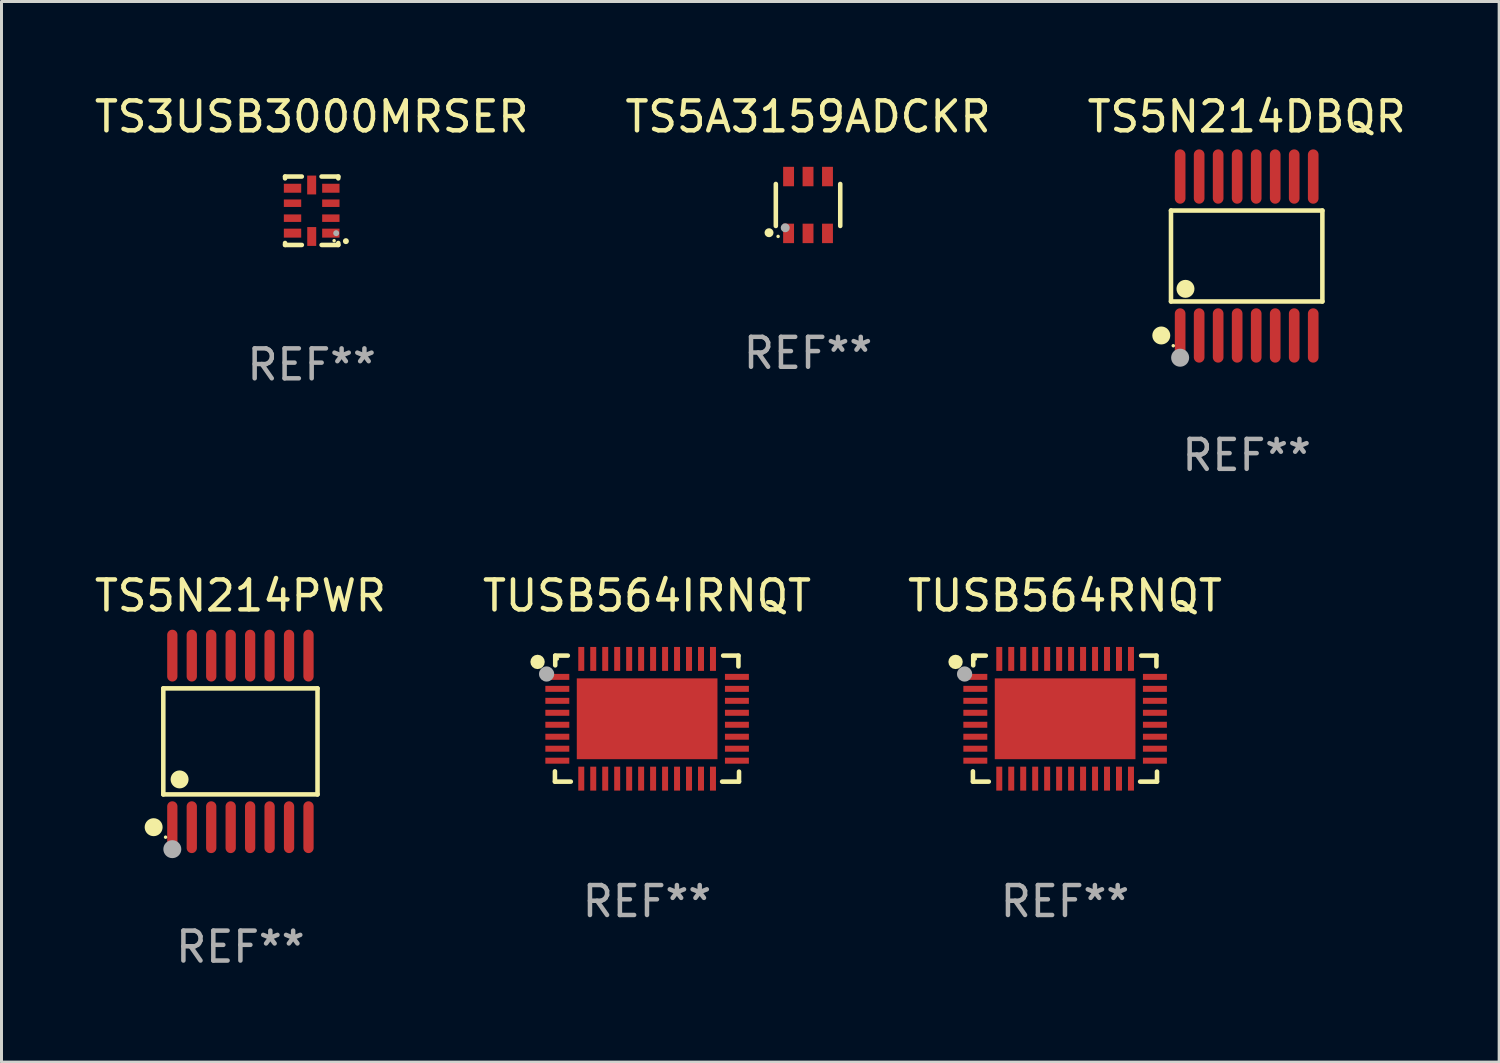
<source format=kicad_pcb>
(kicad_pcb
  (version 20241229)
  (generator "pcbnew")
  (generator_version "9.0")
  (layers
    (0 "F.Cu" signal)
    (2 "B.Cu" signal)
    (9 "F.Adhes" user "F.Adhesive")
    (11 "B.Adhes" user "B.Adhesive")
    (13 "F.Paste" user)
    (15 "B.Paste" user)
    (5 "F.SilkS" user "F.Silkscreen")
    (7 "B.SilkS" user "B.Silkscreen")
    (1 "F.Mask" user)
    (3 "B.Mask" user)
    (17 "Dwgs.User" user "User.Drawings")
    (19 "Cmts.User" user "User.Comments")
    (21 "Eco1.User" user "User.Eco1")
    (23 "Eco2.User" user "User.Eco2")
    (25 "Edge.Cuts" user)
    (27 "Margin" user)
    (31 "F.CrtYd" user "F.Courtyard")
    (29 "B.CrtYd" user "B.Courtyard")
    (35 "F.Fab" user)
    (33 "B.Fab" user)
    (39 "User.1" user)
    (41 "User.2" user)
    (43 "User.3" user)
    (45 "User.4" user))
  (footprint "TS3USB3000MRSER"
    (layer "F.Cu")
    (at 7.363 3.991)
    (property "Reference" "TS3USB3000MRSER" (at 0 -3.143 0) (layer "F.SilkS") (effects (font (size 1 1) (thickness 0.15))))
    (attr through_hole)
    (fp_line (start -0.889 -1.143) (end -0.33 -1.143) (stroke (width 0.152) (type solid)) (layer "F.SilkS"))
    (fp_line (start -0.889 -1.082) (end -0.889 -1.143) (stroke (width 0.152) (type solid)) (layer "F.SilkS"))
    (fp_line (start -0.889 1.143) (end -0.889 1.078) (stroke (width 0.152) (type solid)) (layer "F.SilkS"))
    (fp_line (start -0.329 1.143) (end -0.889 1.143) (stroke (width 0.152) (type solid)) (layer "F.SilkS"))
    (fp_line (start 0.889 -1.143) (end 0.33 -1.143) (stroke (width 0.152) (type solid)) (layer "F.SilkS"))
    (fp_line (start 0.889 -1.143) (end 0.889 -1.082) (stroke (width 0.152) (type solid)) (layer "F.SilkS"))
    (fp_line (start 0.889 1.078) (end 0.889 1.143) (stroke (width 0.152) (type solid)) (layer "F.SilkS"))
    (fp_line (start 0.889 1.143) (end 0.332 1.143) (stroke (width 0.152) (type solid)) (layer "F.SilkS"))
    (fp_circle (center 0.75 1) (end 0.78 1) (stroke (width 0.06) (type solid)) (fill no) (layer "F.SilkS"))
    (fp_circle (center 1.143 1.016) (end 1.193 1.016) (stroke (width 0.1) (type solid)) (fill no) (layer "F.SilkS"))
    (fp_circle (center 0.819 0.749) (end 0.869 0.749) (stroke (width 0.1) (type solid)) (fill no) (layer "F.Fab"))
    (fp_text user "REF**" (at 0 5.143 0) (layer "F.Fab") (effects (font (size 1 1) (thickness 0.15))))
    (pad "1" smd rect (at 0.64 0.748 90) (size 0.3 0.58) (layers "F.Cu" "F.Mask" "F.Paste"))
    (pad "2" smd rect (at 0.64 0.248 90) (size 0.25 0.58) (layers "F.Cu" "F.Mask" "F.Paste"))
    (pad "3" smd rect (at 0.64 -0.252 90) (size 0.25 0.58) (layers "F.Cu" "F.Mask" "F.Paste"))
    (pad "4" smd rect (at 0.64 -0.752 90) (size 0.3 0.58) (layers "F.Cu" "F.Mask" "F.Paste"))
    (pad "5" smd rect (at 0 -0.86 180) (size 0.3 0.63) (layers "F.Cu" "F.Mask" "F.Paste"))
    (pad "6" smd rect (at -0.64 -0.752 270) (size 0.3 0.58) (layers "F.Cu" "F.Mask" "F.Paste"))
    (pad "7" smd rect (at -0.64 -0.252 270) (size 0.25 0.58) (layers "F.Cu" "F.Mask" "F.Paste"))
    (pad "8" smd rect (at -0.64 0.248 270) (size 0.25 0.58) (layers "F.Cu" "F.Mask" "F.Paste"))
    (pad "9" smd rect (at -0.64 0.748 270) (size 0.3 0.58) (layers "F.Cu" "F.Mask" "F.Paste"))
    (pad "10" smd rect (at 0.002 0.86) (size 0.3 0.63) (layers "F.Cu" "F.Mask" "F.Paste")))
  (footprint "TUSB564RNQT"
    (layer "F.Cu")
    (at 32.53 20.959)
    (property "Reference" "TUSB564RNQT" (at 0 -4.105 0) (layer "F.SilkS") (effects (font (size 1 1) (thickness 0.15))))
    (attr through_hole)
    (fp_line (start -3.075 2.105) (end -3.075 1.761) (stroke (width 0.152) (type solid)) (layer "F.SilkS"))
    (fp_line (start -3.065 -2.105) (end -2.645 -2.105) (stroke (width 0.152) (type solid)) (layer "F.SilkS"))
    (fp_line (start -3.065 -1.781) (end -3.065 -2.105) (stroke (width 0.152) (type solid)) (layer "F.SilkS"))
    (fp_line (start -2.545 2.105) (end -3.075 2.105) (stroke (width 0.152) (type solid)) (layer "F.SilkS"))
    (fp_line (start 2.545 -2.105) (end 3.055 -2.105) (stroke (width 0.152) (type solid)) (layer "F.SilkS"))
    (fp_line (start 3.055 -2.105) (end 3.055 -1.745) (stroke (width 0.152) (type solid)) (layer "F.SilkS"))
    (fp_line (start 3.075 1.771) (end 3.075 2.105) (stroke (width 0.152) (type solid)) (layer "F.SilkS"))
    (fp_line (start 3.075 2.105) (end 2.511 2.105) (stroke (width 0.152) (type solid)) (layer "F.SilkS"))
    (fp_circle (center -3.655 -1.895) (end -3.535 -1.895) (stroke (width 0.24) (type solid)) (fill no) (layer "F.SilkS"))
    (fp_circle (center -2.995 -1.995) (end -2.965 -1.995) (stroke (width 0.06) (type solid)) (fill no) (layer "F.SilkS"))
    (fp_circle (center -3.354 -1.491) (end -3.227 -1.491) (stroke (width 0.254) (type solid)) (fill no) (layer "F.Fab"))
    (fp_text user "REF**" (at 0 6.105 0) (layer "F.Fab") (effects (font (size 1 1) (thickness 0.15))))
    (pad "1" smd rect (at -2.995 -1.395) (size 0.8 0.2) (layers "F.Cu" "F.Mask" "F.Paste"))
    (pad "2" smd rect (at -2.995 -0.995) (size 0.8 0.2) (layers "F.Cu" "F.Mask" "F.Paste"))
    (pad "3" smd rect (at -2.995 -0.595) (size 0.8 0.2) (layers "F.Cu" "F.Mask" "F.Paste"))
    (pad "4" smd rect (at -2.995 -0.195) (size 0.8 0.2) (layers "F.Cu" "F.Mask" "F.Paste"))
    (pad "5" smd rect (at -2.995 0.205) (size 0.8 0.2) (layers "F.Cu" "F.Mask" "F.Paste"))
    (pad "6" smd rect (at -2.995 0.605) (size 0.8 0.2) (layers "F.Cu" "F.Mask" "F.Paste"))
    (pad "7" smd rect (at -2.995 1.005) (size 0.8 0.2) (layers "F.Cu" "F.Mask" "F.Paste"))
    (pad "8" smd rect (at -2.995 1.405) (size 0.8 0.2) (layers "F.Cu" "F.Mask" "F.Paste"))
    (pad "9" smd rect (at -2.195 2.005) (size 0.2 0.8) (layers "F.Cu" "F.Mask" "F.Paste"))
    (pad "10" smd rect (at -1.795 2.005) (size 0.2 0.8) (layers "F.Cu" "F.Mask" "F.Paste"))
    (pad "11" smd rect (at -1.395 2.005) (size 0.2 0.8) (layers "F.Cu" "F.Mask" "F.Paste"))
    (pad "12" smd rect (at -0.995 2.005) (size 0.2 0.8) (layers "F.Cu" "F.Mask" "F.Paste"))
    (pad "13" smd rect (at -0.595 2.005) (size 0.2 0.8) (layers "F.Cu" "F.Mask" "F.Paste"))
    (pad "14" smd rect (at -0.195 2.005) (size 0.2 0.8) (layers "F.Cu" "F.Mask" "F.Paste"))
    (pad "15" smd rect (at 0.205 2.005) (size 0.2 0.8) (layers "F.Cu" "F.Mask" "F.Paste"))
    (pad "16" smd rect (at 0.605 2.005) (size 0.2 0.8) (layers "F.Cu" "F.Mask" "F.Paste"))
    (pad "17" smd rect (at 1.005 2.005) (size 0.2 0.8) (layers "F.Cu" "F.Mask" "F.Paste"))
    (pad "18" smd rect (at 1.405 2.005) (size 0.2 0.8) (layers "F.Cu" "F.Mask" "F.Paste"))
    (pad "19" smd rect (at 1.805 2.005) (size 0.2 0.8) (layers "F.Cu" "F.Mask" "F.Paste"))
    (pad "20" smd rect (at 2.205 2.005) (size 0.2 0.8) (layers "F.Cu" "F.Mask" "F.Paste"))
    (pad "21" smd rect (at 3.005 1.405) (size 0.8 0.2) (layers "F.Cu" "F.Mask" "F.Paste"))
    (pad "22" smd rect (at 3.005 1.005) (size 0.8 0.2) (layers "F.Cu" "F.Mask" "F.Paste"))
    (pad "23" smd rect (at 3.005 0.605) (size 0.8 0.2) (layers "F.Cu" "F.Mask" "F.Paste"))
    (pad "24" smd rect (at 3.005 0.205) (size 0.8 0.2) (layers "F.Cu" "F.Mask" "F.Paste"))
    (pad "25" smd rect (at 3.005 -0.195) (size 0.8 0.2) (layers "F.Cu" "F.Mask" "F.Paste"))
    (pad "26" smd rect (at 3.005 -0.595) (size 0.8 0.2) (layers "F.Cu" "F.Mask" "F.Paste"))
    (pad "27" smd rect (at 3.005 -0.995) (size 0.8 0.2) (layers "F.Cu" "F.Mask" "F.Paste"))
    (pad "28" smd rect (at 3.005 -1.395) (size 0.8 0.2) (layers "F.Cu" "F.Mask" "F.Paste"))
    (pad "29" smd rect (at 2.205 -1.995) (size 0.2 0.8) (layers "F.Cu" "F.Mask" "F.Paste"))
    (pad "30" smd rect (at 1.805 -1.995) (size 0.2 0.8) (layers "F.Cu" "F.Mask" "F.Paste"))
    (pad "31" smd rect (at 1.405 -1.995) (size 0.2 0.8) (layers "F.Cu" "F.Mask" "F.Paste"))
    (pad "32" smd rect (at 1.005 -1.995) (size 0.2 0.8) (layers "F.Cu" "F.Mask" "F.Paste"))
    (pad "33" smd rect (at 0.605 -1.995) (size 0.2 0.8) (layers "F.Cu" "F.Mask" "F.Paste"))
    (pad "34" smd rect (at 0.205 -1.995) (size 0.2 0.8) (layers "F.Cu" "F.Mask" "F.Paste"))
    (pad "35" smd rect (at -0.195 -1.995) (size 0.2 0.8) (layers "F.Cu" "F.Mask" "F.Paste"))
    (pad "36" smd rect (at -0.595 -1.995) (size 0.2 0.8) (layers "F.Cu" "F.Mask" "F.Paste"))
    (pad "37" smd rect (at -0.995 -1.995) (size 0.2 0.8) (layers "F.Cu" "F.Mask" "F.Paste"))
    (pad "38" smd rect (at -1.395 -1.995) (size 0.2 0.8) (layers "F.Cu" "F.Mask" "F.Paste"))
    (pad "39" smd rect (at -1.795 -1.995) (size 0.2 0.8) (layers "F.Cu" "F.Mask" "F.Paste"))
    (pad "40" smd rect (at -2.195 -1.995) (size 0.2 0.8) (layers "F.Cu" "F.Mask" "F.Paste"))
    (pad "41" smd rect (at 0.005 0.005) (size 4.7 2.7) (layers "F.Cu" "F.Mask" "F.Paste")))
  (footprint "TUSB564IRNQT"
    (layer "F.Cu")
    (at 18.565 20.959)
    (property "Reference" "TUSB564IRNQT" (at 0 -4.105 0) (layer "F.SilkS") (effects (font (size 1 1) (thickness 0.15))))
    (attr through_hole)
    (fp_line (start -3.075 2.105) (end -3.075 1.761) (stroke (width 0.152) (type solid)) (layer "F.SilkS"))
    (fp_line (start -3.065 -2.105) (end -2.645 -2.105) (stroke (width 0.152) (type solid)) (layer "F.SilkS"))
    (fp_line (start -3.065 -1.781) (end -3.065 -2.105) (stroke (width 0.152) (type solid)) (layer "F.SilkS"))
    (fp_line (start -2.545 2.105) (end -3.075 2.105) (stroke (width 0.152) (type solid)) (layer "F.SilkS"))
    (fp_line (start 2.545 -2.105) (end 3.055 -2.105) (stroke (width 0.152) (type solid)) (layer "F.SilkS"))
    (fp_line (start 3.055 -2.105) (end 3.055 -1.745) (stroke (width 0.152) (type solid)) (layer "F.SilkS"))
    (fp_line (start 3.075 1.771) (end 3.075 2.105) (stroke (width 0.152) (type solid)) (layer "F.SilkS"))
    (fp_line (start 3.075 2.105) (end 2.511 2.105) (stroke (width 0.152) (type solid)) (layer "F.SilkS"))
    (fp_circle (center -3.655 -1.895) (end -3.535 -1.895) (stroke (width 0.24) (type solid)) (fill no) (layer "F.SilkS"))
    (fp_circle (center -2.995 -1.995) (end -2.965 -1.995) (stroke (width 0.06) (type solid)) (fill no) (layer "F.SilkS"))
    (fp_circle (center -3.354 -1.491) (end -3.227 -1.491) (stroke (width 0.254) (type solid)) (fill no) (layer "F.Fab"))
    (fp_text user "REF**" (at 0 6.105 0) (layer "F.Fab") (effects (font (size 1 1) (thickness 0.15))))
    (pad "1" smd rect (at -2.995 -1.395) (size 0.8 0.2) (layers "F.Cu" "F.Mask" "F.Paste"))
    (pad "2" smd rect (at -2.995 -0.995) (size 0.8 0.2) (layers "F.Cu" "F.Mask" "F.Paste"))
    (pad "3" smd rect (at -2.995 -0.595) (size 0.8 0.2) (layers "F.Cu" "F.Mask" "F.Paste"))
    (pad "4" smd rect (at -2.995 -0.195) (size 0.8 0.2) (layers "F.Cu" "F.Mask" "F.Paste"))
    (pad "5" smd rect (at -2.995 0.205) (size 0.8 0.2) (layers "F.Cu" "F.Mask" "F.Paste"))
    (pad "6" smd rect (at -2.995 0.605) (size 0.8 0.2) (layers "F.Cu" "F.Mask" "F.Paste"))
    (pad "7" smd rect (at -2.995 1.005) (size 0.8 0.2) (layers "F.Cu" "F.Mask" "F.Paste"))
    (pad "8" smd rect (at -2.995 1.405) (size 0.8 0.2) (layers "F.Cu" "F.Mask" "F.Paste"))
    (pad "9" smd rect (at -2.195 2.005) (size 0.2 0.8) (layers "F.Cu" "F.Mask" "F.Paste"))
    (pad "10" smd rect (at -1.795 2.005) (size 0.2 0.8) (layers "F.Cu" "F.Mask" "F.Paste"))
    (pad "11" smd rect (at -1.395 2.005) (size 0.2 0.8) (layers "F.Cu" "F.Mask" "F.Paste"))
    (pad "12" smd rect (at -0.995 2.005) (size 0.2 0.8) (layers "F.Cu" "F.Mask" "F.Paste"))
    (pad "13" smd rect (at -0.595 2.005) (size 0.2 0.8) (layers "F.Cu" "F.Mask" "F.Paste"))
    (pad "14" smd rect (at -0.195 2.005) (size 0.2 0.8) (layers "F.Cu" "F.Mask" "F.Paste"))
    (pad "15" smd rect (at 0.205 2.005) (size 0.2 0.8) (layers "F.Cu" "F.Mask" "F.Paste"))
    (pad "16" smd rect (at 0.605 2.005) (size 0.2 0.8) (layers "F.Cu" "F.Mask" "F.Paste"))
    (pad "17" smd rect (at 1.005 2.005) (size 0.2 0.8) (layers "F.Cu" "F.Mask" "F.Paste"))
    (pad "18" smd rect (at 1.405 2.005) (size 0.2 0.8) (layers "F.Cu" "F.Mask" "F.Paste"))
    (pad "19" smd rect (at 1.805 2.005) (size 0.2 0.8) (layers "F.Cu" "F.Mask" "F.Paste"))
    (pad "20" smd rect (at 2.205 2.005) (size 0.2 0.8) (layers "F.Cu" "F.Mask" "F.Paste"))
    (pad "21" smd rect (at 3.005 1.405) (size 0.8 0.2) (layers "F.Cu" "F.Mask" "F.Paste"))
    (pad "22" smd rect (at 3.005 1.005) (size 0.8 0.2) (layers "F.Cu" "F.Mask" "F.Paste"))
    (pad "23" smd rect (at 3.005 0.605) (size 0.8 0.2) (layers "F.Cu" "F.Mask" "F.Paste"))
    (pad "24" smd rect (at 3.005 0.205) (size 0.8 0.2) (layers "F.Cu" "F.Mask" "F.Paste"))
    (pad "25" smd rect (at 3.005 -0.195) (size 0.8 0.2) (layers "F.Cu" "F.Mask" "F.Paste"))
    (pad "26" smd rect (at 3.005 -0.595) (size 0.8 0.2) (layers "F.Cu" "F.Mask" "F.Paste"))
    (pad "27" smd rect (at 3.005 -0.995) (size 0.8 0.2) (layers "F.Cu" "F.Mask" "F.Paste"))
    (pad "28" smd rect (at 3.005 -1.395) (size 0.8 0.2) (layers "F.Cu" "F.Mask" "F.Paste"))
    (pad "29" smd rect (at 2.205 -1.995) (size 0.2 0.8) (layers "F.Cu" "F.Mask" "F.Paste"))
    (pad "30" smd rect (at 1.805 -1.995) (size 0.2 0.8) (layers "F.Cu" "F.Mask" "F.Paste"))
    (pad "31" smd rect (at 1.405 -1.995) (size 0.2 0.8) (layers "F.Cu" "F.Mask" "F.Paste"))
    (pad "32" smd rect (at 1.005 -1.995) (size 0.2 0.8) (layers "F.Cu" "F.Mask" "F.Paste"))
    (pad "33" smd rect (at 0.605 -1.995) (size 0.2 0.8) (layers "F.Cu" "F.Mask" "F.Paste"))
    (pad "34" smd rect (at 0.205 -1.995) (size 0.2 0.8) (layers "F.Cu" "F.Mask" "F.Paste"))
    (pad "35" smd rect (at -0.195 -1.995) (size 0.2 0.8) (layers "F.Cu" "F.Mask" "F.Paste"))
    (pad "36" smd rect (at -0.595 -1.995) (size 0.2 0.8) (layers "F.Cu" "F.Mask" "F.Paste"))
    (pad "37" smd rect (at -0.995 -1.995) (size 0.2 0.8) (layers "F.Cu" "F.Mask" "F.Paste"))
    (pad "38" smd rect (at -1.395 -1.995) (size 0.2 0.8) (layers "F.Cu" "F.Mask" "F.Paste"))
    (pad "39" smd rect (at -1.795 -1.995) (size 0.2 0.8) (layers "F.Cu" "F.Mask" "F.Paste"))
    (pad "40" smd rect (at -2.195 -1.995) (size 0.2 0.8) (layers "F.Cu" "F.Mask" "F.Paste"))
    (pad "41" smd rect (at 0.005 0.005) (size 4.7 2.7) (layers "F.Cu" "F.Mask" "F.Paste")))
  (footprint "TS5N214DBQR"
    (layer "F.Cu")
    (at 38.601 5.503)
    (property "Reference" "TS5N214DBQR" (at 0 -4.655 0) (layer "F.SilkS") (effects (font (size 1 1) (thickness 0.15))))
    (attr through_hole)
    (fp_line (start -2.529 -1.519) (end 2.529 -1.519) (stroke (width 0.152) (type solid)) (layer "F.SilkS"))
    (fp_line (start -2.529 1.519) (end -2.529 -1.519) (stroke (width 0.152) (type solid)) (layer "F.SilkS"))
    (fp_line (start 2.529 -1.519) (end 2.529 1.519) (stroke (width 0.152) (type solid)) (layer "F.SilkS"))
    (fp_line (start 2.529 1.519) (end -2.529 1.519) (stroke (width 0.152) (type solid)) (layer "F.SilkS"))
    (fp_circle (center -2.853 2.655) (end -2.703 2.655) (stroke (width 0.3) (type solid)) (fill no) (layer "F.SilkS"))
    (fp_circle (center -2.453 2.998) (end -2.423 2.998) (stroke (width 0.06) (type solid)) (fill no) (layer "F.SilkS"))
    (fp_circle (center -2.045 1.097) (end -1.895 1.097) (stroke (width 0.3) (type solid)) (fill no) (layer "F.SilkS"))
    (fp_circle (center -2.223 3.398) (end -2.072 3.398) (stroke (width 0.3) (type solid)) (fill no) (layer "F.Fab"))
    (fp_text user "REF**" (at 0 6.655 0) (layer "F.Fab") (effects (font (size 1 1) (thickness 0.15))))
    (pad "1" smd oval (at -2.223 2.655) (size 0.356 1.815) (layers "F.Cu" "F.Mask" "F.Paste"))
    (pad "2" smd oval (at -1.588 2.655) (size 0.356 1.815) (layers "F.Cu" "F.Mask" "F.Paste"))
    (pad "3" smd oval (at -0.953 2.655) (size 0.356 1.815) (layers "F.Cu" "F.Mask" "F.Paste"))
    (pad "4" smd oval (at -0.318 2.655) (size 0.356 1.815) (layers "F.Cu" "F.Mask" "F.Paste"))
    (pad "5" smd oval (at 0.318 2.655) (size 0.356 1.815) (layers "F.Cu" "F.Mask" "F.Paste"))
    (pad "6" smd oval (at 0.953 2.655) (size 0.356 1.815) (layers "F.Cu" "F.Mask" "F.Paste"))
    (pad "7" smd oval (at 1.588 2.655) (size 0.356 1.815) (layers "F.Cu" "F.Mask" "F.Paste"))
    (pad "8" smd oval (at 2.223 2.655) (size 0.356 1.815) (layers "F.Cu" "F.Mask" "F.Paste"))
    (pad "9" smd oval (at 2.223 -2.655) (size 0.356 1.815) (layers "F.Cu" "F.Mask" "F.Paste"))
    (pad "10" smd oval (at 1.588 -2.655) (size 0.356 1.815) (layers "F.Cu" "F.Mask" "F.Paste"))
    (pad "11" smd oval (at 0.953 -2.655) (size 0.356 1.815) (layers "F.Cu" "F.Mask" "F.Paste"))
    (pad "12" smd oval (at 0.318 -2.655) (size 0.356 1.815) (layers "F.Cu" "F.Mask" "F.Paste"))
    (pad "13" smd oval (at -0.318 -2.655) (size 0.356 1.815) (layers "F.Cu" "F.Mask" "F.Paste"))
    (pad "14" smd oval (at -0.953 -2.655) (size 0.356 1.815) (layers "F.Cu" "F.Mask" "F.Paste"))
    (pad "15" smd oval (at -1.588 -2.655) (size 0.356 1.815) (layers "F.Cu" "F.Mask" "F.Paste"))
    (pad "16" smd oval (at -2.223 -2.655) (size 0.356 1.815) (layers "F.Cu" "F.Mask" "F.Paste")))
  (footprint "TS5A3159ADCKR"
    (layer "F.Cu")
    (at 23.946 3.798)
    (property "Reference" "TS5A3159ADCKR" (at 0 -2.95 0) (layer "F.SilkS") (effects (font (size 1 1) (thickness 0.15))))
    (attr through_hole)
    (fp_line (start -1.076 0.701) (end -1.076 -0.701) (stroke (width 0.152) (type solid)) (layer "F.SilkS"))
    (fp_line (start 1.076 0.701) (end 1.076 -0.701) (stroke (width 0.152) (type solid)) (layer "F.SilkS"))
    (fp_circle (center -1.303 0.927) (end -1.228 0.927) (stroke (width 0.15) (type solid)) (fill no) (layer "F.SilkS"))
    (fp_circle (center -1 1.05) (end -0.97 1.05) (stroke (width 0.06) (type solid)) (fill no) (layer "F.SilkS"))
    (fp_circle (center -0.762 0.762) (end -0.687 0.762) (stroke (width 0.15) (type solid)) (fill no) (layer "F.Fab"))
    (fp_text user "REF**" (at 0 4.95 0) (layer "F.Fab") (effects (font (size 1 1) (thickness 0.15))))
    (pad "1" smd rect (at -0.65 0.95) (size 0.364 0.65) (layers "F.Cu" "F.Mask" "F.Paste"))
    (pad "2" smd rect (at 0 0.95) (size 0.364 0.65) (layers "F.Cu" "F.Mask" "F.Paste"))
    (pad "3" smd rect (at 0.65 0.95) (size 0.364 0.65) (layers "F.Cu" "F.Mask" "F.Paste"))
    (pad "4" smd rect (at 0.65 -0.95) (size 0.364 0.65) (layers "F.Cu" "F.Mask" "F.Paste"))
    (pad "5" smd rect (at 0 -0.95) (size 0.364 0.65) (layers "F.Cu" "F.Mask" "F.Paste"))
    (pad "6" smd rect (at -0.65 -0.95) (size 0.364 0.65) (layers "F.Cu" "F.Mask" "F.Paste")))
  (footprint "TS5N214PWR"
    (layer "F.Cu")
    (at 4.982 21.72)
    (property "Reference" "TS5N214PWR" (at 0 -4.866 0) (layer "F.SilkS") (effects (font (size 1 1) (thickness 0.15))))
    (attr through_hole)
    (fp_line (start -2.576 -1.772) (end 2.576 -1.772) (stroke (width 0.152) (type solid)) (layer "F.SilkS"))
    (fp_line (start -2.576 1.771) (end -2.576 -1.772) (stroke (width 0.152) (type solid)) (layer "F.SilkS"))
    (fp_line (start 2.576 -1.772) (end 2.576 1.771) (stroke (width 0.152) (type solid)) (layer "F.SilkS"))
    (fp_line (start 2.576 1.771) (end -2.576 1.771) (stroke (width 0.152) (type solid)) (layer "F.SilkS"))
    (fp_circle (center -2.899 2.866) (end -2.749 2.866) (stroke (width 0.3) (type solid)) (fill no) (layer "F.SilkS"))
    (fp_circle (center -2.5 3.2) (end -2.47 3.2) (stroke (width 0.06) (type solid)) (fill no) (layer "F.SilkS"))
    (fp_circle (center -2.032 1.27) (end -1.882 1.27) (stroke (width 0.3) (type solid)) (fill no) (layer "F.SilkS"))
    (fp_circle (center -2.275 3.6) (end -2.125 3.6) (stroke (width 0.3) (type solid)) (fill no) (layer "F.Fab"))
    (fp_text user "REF**" (at 0 6.866 0) (layer "F.Fab") (effects (font (size 1 1) (thickness 0.15))))
    (pad "1" smd oval (at -2.275 2.866) (size 0.343 1.731) (layers "F.Cu" "F.Mask" "F.Paste"))
    (pad "2" smd oval (at -1.625 2.866) (size 0.343 1.731) (layers "F.Cu" "F.Mask" "F.Paste"))
    (pad "3" smd oval (at -0.975 2.866) (size 0.343 1.731) (layers "F.Cu" "F.Mask" "F.Paste"))
    (pad "4" smd oval (at -0.325 2.866) (size 0.343 1.731) (layers "F.Cu" "F.Mask" "F.Paste"))
    (pad "5" smd oval (at 0.325 2.866) (size 0.343 1.731) (layers "F.Cu" "F.Mask" "F.Paste"))
    (pad "6" smd oval (at 0.975 2.866) (size 0.343 1.731) (layers "F.Cu" "F.Mask" "F.Paste"))
    (pad "7" smd oval (at 1.625 2.866) (size 0.343 1.731) (layers "F.Cu" "F.Mask" "F.Paste"))
    (pad "8" smd oval (at 2.275 2.866) (size 0.343 1.731) (layers "F.Cu" "F.Mask" "F.Paste"))
    (pad "9" smd oval (at 2.275 -2.866) (size 0.343 1.731) (layers "F.Cu" "F.Mask" "F.Paste"))
    (pad "10" smd oval (at 1.625 -2.866) (size 0.343 1.731) (layers "F.Cu" "F.Mask" "F.Paste"))
    (pad "11" smd oval (at 0.975 -2.866) (size 0.343 1.731) (layers "F.Cu" "F.Mask" "F.Paste"))
    (pad "12" smd oval (at 0.325 -2.866) (size 0.343 1.731) (layers "F.Cu" "F.Mask" "F.Paste"))
    (pad "13" smd oval (at -0.325 -2.866) (size 0.343 1.731) (layers "F.Cu" "F.Mask" "F.Paste"))
    (pad "14" smd oval (at -0.975 -2.866) (size 0.343 1.731) (layers "F.Cu" "F.Mask" "F.Paste"))
    (pad "15" smd oval (at -1.625 -2.866) (size 0.343 1.731) (layers "F.Cu" "F.Mask" "F.Paste"))
    (pad "16" smd oval (at -2.275 -2.866) (size 0.343 1.731) (layers "F.Cu" "F.Mask" "F.Paste")))
  (gr_rect
    (start -3 -3)
    (end 47.036 32.434)
    (stroke (width 0.1) (type default))
    (fill no)
    (layer "Edge.Cuts")))
</source>
